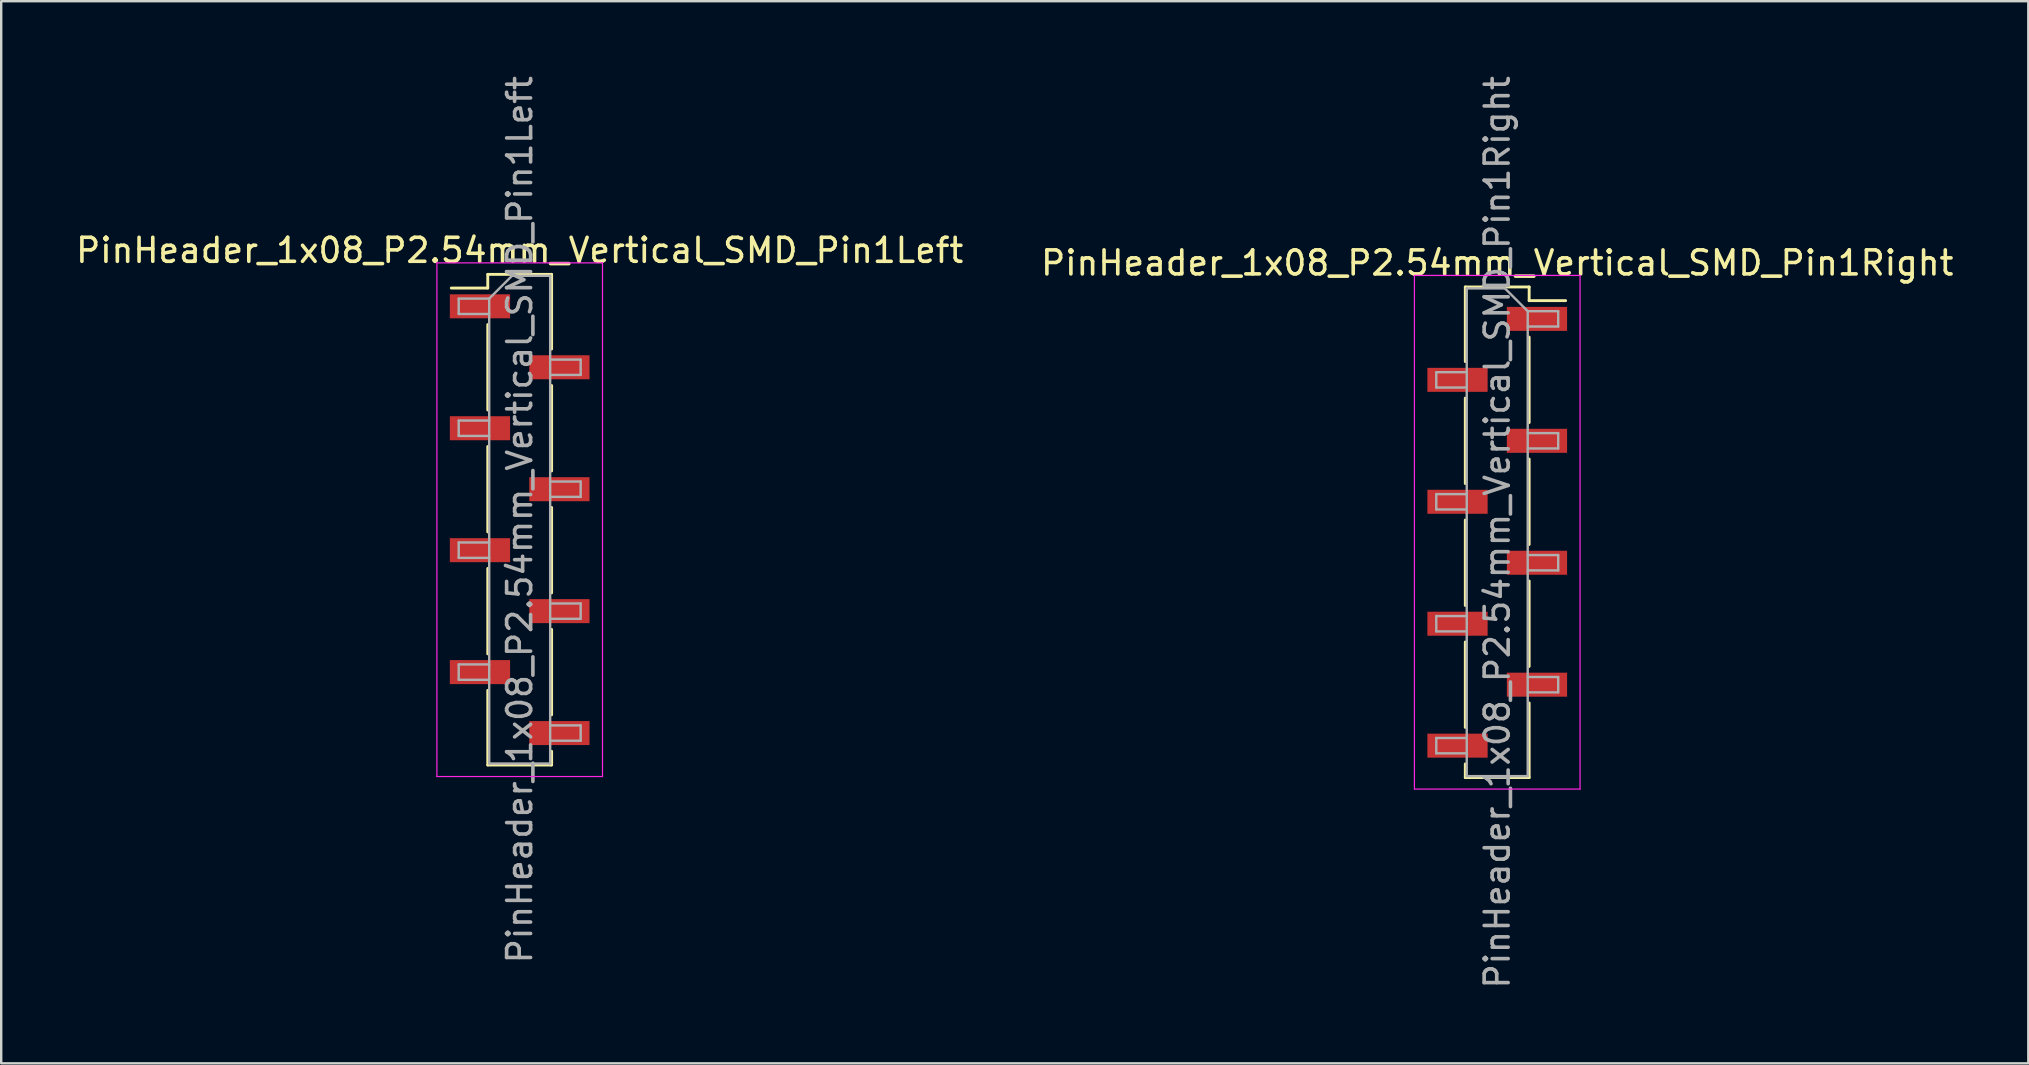
<source format=kicad_pcb>
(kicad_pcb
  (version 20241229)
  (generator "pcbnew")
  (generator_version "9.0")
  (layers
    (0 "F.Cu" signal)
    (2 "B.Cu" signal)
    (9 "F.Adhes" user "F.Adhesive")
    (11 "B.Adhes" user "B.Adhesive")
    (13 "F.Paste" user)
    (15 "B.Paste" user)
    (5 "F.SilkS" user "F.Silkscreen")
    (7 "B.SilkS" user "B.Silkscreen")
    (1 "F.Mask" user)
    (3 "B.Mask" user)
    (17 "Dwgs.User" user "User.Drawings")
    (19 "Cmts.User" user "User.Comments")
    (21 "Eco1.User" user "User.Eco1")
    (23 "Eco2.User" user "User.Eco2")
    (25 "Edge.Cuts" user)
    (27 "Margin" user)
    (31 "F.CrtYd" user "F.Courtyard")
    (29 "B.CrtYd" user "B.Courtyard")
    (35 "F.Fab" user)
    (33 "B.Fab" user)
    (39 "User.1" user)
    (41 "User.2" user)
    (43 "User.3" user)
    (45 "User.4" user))
  (footprint "PinHeader_1x08_P2.54mm_Vertical_SMD_Pin1Right"
    (layer "F.Cu")
    (at 59.327 19.125)
    (property "Reference" "PinHeader_1x08_P2.54mm_Vertical_SMD_Pin1Right" (at 0 -11.22 0) (layer "F.SilkS") (effects (font (size 1 1) (thickness 0.15))))
    (attr smd)
    (fp_line (start -1.33 -10.22) (end -1.33 -7.11) (stroke (width 0.12) (type solid)) (layer "F.SilkS"))
    (fp_line (start -1.33 -10.22) (end 1.33 -10.22) (stroke (width 0.12) (type solid)) (layer "F.SilkS"))
    (fp_line (start -1.33 -5.59) (end -1.33 -2.03) (stroke (width 0.12) (type solid)) (layer "F.SilkS"))
    (fp_line (start -1.33 -0.51) (end -1.33 3.05) (stroke (width 0.12) (type solid)) (layer "F.SilkS"))
    (fp_line (start -1.33 4.57) (end -1.33 8.13) (stroke (width 0.12) (type solid)) (layer "F.SilkS"))
    (fp_line (start -1.33 9.65) (end -1.33 10.22) (stroke (width 0.12) (type solid)) (layer "F.SilkS"))
    (fp_line (start -1.33 10.22) (end 1.33 10.22) (stroke (width 0.12) (type solid)) (layer "F.SilkS"))
    (fp_line (start 1.33 -10.22) (end 1.33 -9.65) (stroke (width 0.12) (type solid)) (layer "F.SilkS"))
    (fp_line (start 1.33 -9.65) (end 2.85 -9.65) (stroke (width 0.12) (type solid)) (layer "F.SilkS"))
    (fp_line (start 1.33 -8.13) (end 1.33 -4.57) (stroke (width 0.12) (type solid)) (layer "F.SilkS"))
    (fp_line (start 1.33 -3.05) (end 1.33 0.51) (stroke (width 0.12) (type solid)) (layer "F.SilkS"))
    (fp_line (start 1.33 2.03) (end 1.33 5.59) (stroke (width 0.12) (type solid)) (layer "F.SilkS"))
    (fp_line (start 1.33 7.11) (end 1.33 10.22) (stroke (width 0.12) (type solid)) (layer "F.SilkS"))
    (fp_line (start -3.45 -10.7) (end -3.45 10.7) (stroke (width 0.05) (type solid)) (layer "F.CrtYd"))
    (fp_line (start -3.45 10.7) (end 3.45 10.7) (stroke (width 0.05) (type solid)) (layer "F.CrtYd"))
    (fp_line (start 3.45 -10.7) (end -3.45 -10.7) (stroke (width 0.05) (type solid)) (layer "F.CrtYd"))
    (fp_line (start 3.45 10.7) (end 3.45 -10.7) (stroke (width 0.05) (type solid)) (layer "F.CrtYd"))
    (fp_line (start -2.54 -6.67) (end -2.54 -6.03) (stroke (width 0.1) (type solid)) (layer "F.Fab"))
    (fp_line (start -2.54 -6.03) (end -1.27 -6.03) (stroke (width 0.1) (type solid)) (layer "F.Fab"))
    (fp_line (start -2.54 -1.59) (end -2.54 -0.95) (stroke (width 0.1) (type solid)) (layer "F.Fab"))
    (fp_line (start -2.54 -0.95) (end -1.27 -0.95) (stroke (width 0.1) (type solid)) (layer "F.Fab"))
    (fp_line (start -2.54 3.49) (end -2.54 4.13) (stroke (width 0.1) (type solid)) (layer "F.Fab"))
    (fp_line (start -2.54 4.13) (end -1.27 4.13) (stroke (width 0.1) (type solid)) (layer "F.Fab"))
    (fp_line (start -2.54 8.57) (end -2.54 9.21) (stroke (width 0.1) (type solid)) (layer "F.Fab"))
    (fp_line (start -2.54 9.21) (end -1.27 9.21) (stroke (width 0.1) (type solid)) (layer "F.Fab"))
    (fp_line (start -1.27 -10.16) (end -1.27 10.16) (stroke (width 0.1) (type solid)) (layer "F.Fab"))
    (fp_line (start -1.27 -10.16) (end 0.32 -10.16) (stroke (width 0.1) (type solid)) (layer "F.Fab"))
    (fp_line (start -1.27 -6.67) (end -2.54 -6.67) (stroke (width 0.1) (type solid)) (layer "F.Fab"))
    (fp_line (start -1.27 -1.59) (end -2.54 -1.59) (stroke (width 0.1) (type solid)) (layer "F.Fab"))
    (fp_line (start -1.27 3.49) (end -2.54 3.49) (stroke (width 0.1) (type solid)) (layer "F.Fab"))
    (fp_line (start -1.27 8.57) (end -2.54 8.57) (stroke (width 0.1) (type solid)) (layer "F.Fab"))
    (fp_line (start 1.27 -9.21) (end 0.32 -10.16) (stroke (width 0.1) (type solid)) (layer "F.Fab"))
    (fp_line (start 1.27 -9.21) (end 2.54 -9.21) (stroke (width 0.1) (type solid)) (layer "F.Fab"))
    (fp_line (start 1.27 -4.13) (end 2.54 -4.13) (stroke (width 0.1) (type solid)) (layer "F.Fab"))
    (fp_line (start 1.27 0.95) (end 2.54 0.95) (stroke (width 0.1) (type solid)) (layer "F.Fab"))
    (fp_line (start 1.27 6.03) (end 2.54 6.03) (stroke (width 0.1) (type solid)) (layer "F.Fab"))
    (fp_line (start 1.27 10.16) (end -1.27 10.16) (stroke (width 0.1) (type solid)) (layer "F.Fab"))
    (fp_line (start 1.27 10.16) (end 1.27 -9.21) (stroke (width 0.1) (type solid)) (layer "F.Fab"))
    (fp_line (start 2.54 -9.21) (end 2.54 -8.57) (stroke (width 0.1) (type solid)) (layer "F.Fab"))
    (fp_line (start 2.54 -8.57) (end 1.27 -8.57) (stroke (width 0.1) (type solid)) (layer "F.Fab"))
    (fp_line (start 2.54 -4.13) (end 2.54 -3.49) (stroke (width 0.1) (type solid)) (layer "F.Fab"))
    (fp_line (start 2.54 -3.49) (end 1.27 -3.49) (stroke (width 0.1) (type solid)) (layer "F.Fab"))
    (fp_line (start 2.54 0.95) (end 2.54 1.59) (stroke (width 0.1) (type solid)) (layer "F.Fab"))
    (fp_line (start 2.54 1.59) (end 1.27 1.59) (stroke (width 0.1) (type solid)) (layer "F.Fab"))
    (fp_line (start 2.54 6.03) (end 2.54 6.67) (stroke (width 0.1) (type solid)) (layer "F.Fab"))
    (fp_line (start 2.54 6.67) (end 1.27 6.67) (stroke (width 0.1) (type solid)) (layer "F.Fab"))
    (fp_text user "${REFERENCE}" (at 0 0 90) (layer "F.Fab") (effects (font (size 1 1) (thickness 0.15))))
    (pad "1" smd rect (at 1.655 -8.89) (size 2.51 1) (layers "F.Cu" "F.Mask" "F.Paste"))
    (pad "2" smd rect (at -1.655 -6.35) (size 2.51 1) (layers "F.Cu" "F.Mask" "F.Paste"))
    (pad "3" smd rect (at 1.655 -3.81) (size 2.51 1) (layers "F.Cu" "F.Mask" "F.Paste"))
    (pad "4" smd rect (at -1.655 -1.27) (size 2.51 1) (layers "F.Cu" "F.Mask" "F.Paste"))
    (pad "5" smd rect (at 1.655 1.27) (size 2.51 1) (layers "F.Cu" "F.Mask" "F.Paste"))
    (pad "6" smd rect (at -1.655 3.81) (size 2.51 1) (layers "F.Cu" "F.Mask" "F.Paste"))
    (pad "7" smd rect (at 1.655 6.35) (size 2.51 1) (layers "F.Cu" "F.Mask" "F.Paste"))
    (pad "8" smd rect (at -1.655 8.89) (size 2.51 1) (layers "F.Cu" "F.Mask" "F.Paste")))
  (footprint "PinHeader_1x08_P2.54mm_Vertical_SMD_Pin1Left"
    (layer "F.Cu")
    (at 18.601 18.601)
    (property "Reference" "PinHeader_1x08_P2.54mm_Vertical_SMD_Pin1Left" (at 0 -11.22 0) (layer "F.SilkS") (effects (font (size 1 1) (thickness 0.15))))
    (attr smd)
    (fp_line (start -1.33 -10.22) (end -1.33 -9.65) (stroke (width 0.12) (type solid)) (layer "F.SilkS"))
    (fp_line (start -1.33 -10.22) (end 1.33 -10.22) (stroke (width 0.12) (type solid)) (layer "F.SilkS"))
    (fp_line (start -1.33 -9.65) (end -2.85 -9.65) (stroke (width 0.12) (type solid)) (layer "F.SilkS"))
    (fp_line (start -1.33 -8.13) (end -1.33 -4.57) (stroke (width 0.12) (type solid)) (layer "F.SilkS"))
    (fp_line (start -1.33 -3.05) (end -1.33 0.51) (stroke (width 0.12) (type solid)) (layer "F.SilkS"))
    (fp_line (start -1.33 2.03) (end -1.33 5.59) (stroke (width 0.12) (type solid)) (layer "F.SilkS"))
    (fp_line (start -1.33 7.11) (end -1.33 10.22) (stroke (width 0.12) (type solid)) (layer "F.SilkS"))
    (fp_line (start -1.33 10.22) (end 1.33 10.22) (stroke (width 0.12) (type solid)) (layer "F.SilkS"))
    (fp_line (start 1.33 -10.22) (end 1.33 -7.11) (stroke (width 0.12) (type solid)) (layer "F.SilkS"))
    (fp_line (start 1.33 -5.59) (end 1.33 -2.03) (stroke (width 0.12) (type solid)) (layer "F.SilkS"))
    (fp_line (start 1.33 -0.51) (end 1.33 3.05) (stroke (width 0.12) (type solid)) (layer "F.SilkS"))
    (fp_line (start 1.33 4.57) (end 1.33 8.13) (stroke (width 0.12) (type solid)) (layer "F.SilkS"))
    (fp_line (start 1.33 9.65) (end 1.33 10.22) (stroke (width 0.12) (type solid)) (layer "F.SilkS"))
    (fp_line (start -3.45 -10.7) (end -3.45 10.7) (stroke (width 0.05) (type solid)) (layer "F.CrtYd"))
    (fp_line (start -3.45 10.7) (end 3.45 10.7) (stroke (width 0.05) (type solid)) (layer "F.CrtYd"))
    (fp_line (start 3.45 -10.7) (end -3.45 -10.7) (stroke (width 0.05) (type solid)) (layer "F.CrtYd"))
    (fp_line (start 3.45 10.7) (end 3.45 -10.7) (stroke (width 0.05) (type solid)) (layer "F.CrtYd"))
    (fp_line (start -2.54 -9.21) (end -2.54 -8.57) (stroke (width 0.1) (type solid)) (layer "F.Fab"))
    (fp_line (start -2.54 -8.57) (end -1.27 -8.57) (stroke (width 0.1) (type solid)) (layer "F.Fab"))
    (fp_line (start -2.54 -4.13) (end -2.54 -3.49) (stroke (width 0.1) (type solid)) (layer "F.Fab"))
    (fp_line (start -2.54 -3.49) (end -1.27 -3.49) (stroke (width 0.1) (type solid)) (layer "F.Fab"))
    (fp_line (start -2.54 0.95) (end -2.54 1.59) (stroke (width 0.1) (type solid)) (layer "F.Fab"))
    (fp_line (start -2.54 1.59) (end -1.27 1.59) (stroke (width 0.1) (type solid)) (layer "F.Fab"))
    (fp_line (start -2.54 6.03) (end -2.54 6.67) (stroke (width 0.1) (type solid)) (layer "F.Fab"))
    (fp_line (start -2.54 6.67) (end -1.27 6.67) (stroke (width 0.1) (type solid)) (layer "F.Fab"))
    (fp_line (start -1.27 -9.21) (end -2.54 -9.21) (stroke (width 0.1) (type solid)) (layer "F.Fab"))
    (fp_line (start -1.27 -9.21) (end -0.32 -10.16) (stroke (width 0.1) (type solid)) (layer "F.Fab"))
    (fp_line (start -1.27 -4.13) (end -2.54 -4.13) (stroke (width 0.1) (type solid)) (layer "F.Fab"))
    (fp_line (start -1.27 0.95) (end -2.54 0.95) (stroke (width 0.1) (type solid)) (layer "F.Fab"))
    (fp_line (start -1.27 6.03) (end -2.54 6.03) (stroke (width 0.1) (type solid)) (layer "F.Fab"))
    (fp_line (start -1.27 10.16) (end -1.27 -9.21) (stroke (width 0.1) (type solid)) (layer "F.Fab"))
    (fp_line (start -0.32 -10.16) (end 1.27 -10.16) (stroke (width 0.1) (type solid)) (layer "F.Fab"))
    (fp_line (start 1.27 -10.16) (end 1.27 10.16) (stroke (width 0.1) (type solid)) (layer "F.Fab"))
    (fp_line (start 1.27 -6.67) (end 2.54 -6.67) (stroke (width 0.1) (type solid)) (layer "F.Fab"))
    (fp_line (start 1.27 -1.59) (end 2.54 -1.59) (stroke (width 0.1) (type solid)) (layer "F.Fab"))
    (fp_line (start 1.27 3.49) (end 2.54 3.49) (stroke (width 0.1) (type solid)) (layer "F.Fab"))
    (fp_line (start 1.27 8.57) (end 2.54 8.57) (stroke (width 0.1) (type solid)) (layer "F.Fab"))
    (fp_line (start 1.27 10.16) (end -1.27 10.16) (stroke (width 0.1) (type solid)) (layer "F.Fab"))
    (fp_line (start 2.54 -6.67) (end 2.54 -6.03) (stroke (width 0.1) (type solid)) (layer "F.Fab"))
    (fp_line (start 2.54 -6.03) (end 1.27 -6.03) (stroke (width 0.1) (type solid)) (layer "F.Fab"))
    (fp_line (start 2.54 -1.59) (end 2.54 -0.95) (stroke (width 0.1) (type solid)) (layer "F.Fab"))
    (fp_line (start 2.54 -0.95) (end 1.27 -0.95) (stroke (width 0.1) (type solid)) (layer "F.Fab"))
    (fp_line (start 2.54 3.49) (end 2.54 4.13) (stroke (width 0.1) (type solid)) (layer "F.Fab"))
    (fp_line (start 2.54 4.13) (end 1.27 4.13) (stroke (width 0.1) (type solid)) (layer "F.Fab"))
    (fp_line (start 2.54 8.57) (end 2.54 9.21) (stroke (width 0.1) (type solid)) (layer "F.Fab"))
    (fp_line (start 2.54 9.21) (end 1.27 9.21) (stroke (width 0.1) (type solid)) (layer "F.Fab"))
    (fp_text user "${REFERENCE}" (at 0 0 90) (layer "F.Fab") (effects (font (size 1 1) (thickness 0.15))))
    (pad "1" smd rect (at -1.655 -8.89) (size 2.51 1) (layers "F.Cu" "F.Mask" "F.Paste"))
    (pad "2" smd rect (at 1.655 -6.35) (size 2.51 1) (layers "F.Cu" "F.Mask" "F.Paste"))
    (pad "3" smd rect (at -1.655 -3.81) (size 2.51 1) (layers "F.Cu" "F.Mask" "F.Paste"))
    (pad "4" smd rect (at 1.655 -1.27) (size 2.51 1) (layers "F.Cu" "F.Mask" "F.Paste"))
    (pad "5" smd rect (at -1.655 1.27) (size 2.51 1) (layers "F.Cu" "F.Mask" "F.Paste"))
    (pad "6" smd rect (at 1.655 3.81) (size 2.51 1) (layers "F.Cu" "F.Mask" "F.Paste"))
    (pad "7" smd rect (at -1.655 6.35) (size 2.51 1) (layers "F.Cu" "F.Mask" "F.Paste"))
    (pad "8" smd rect (at 1.655 8.89) (size 2.51 1) (layers "F.Cu" "F.Mask" "F.Paste")))
  (gr_rect
    (start -3 -3)
    (end 81.452 41.25)
    (stroke (width 0.1) (type default))
    (fill no)
    (layer "Edge.Cuts")))
</source>
